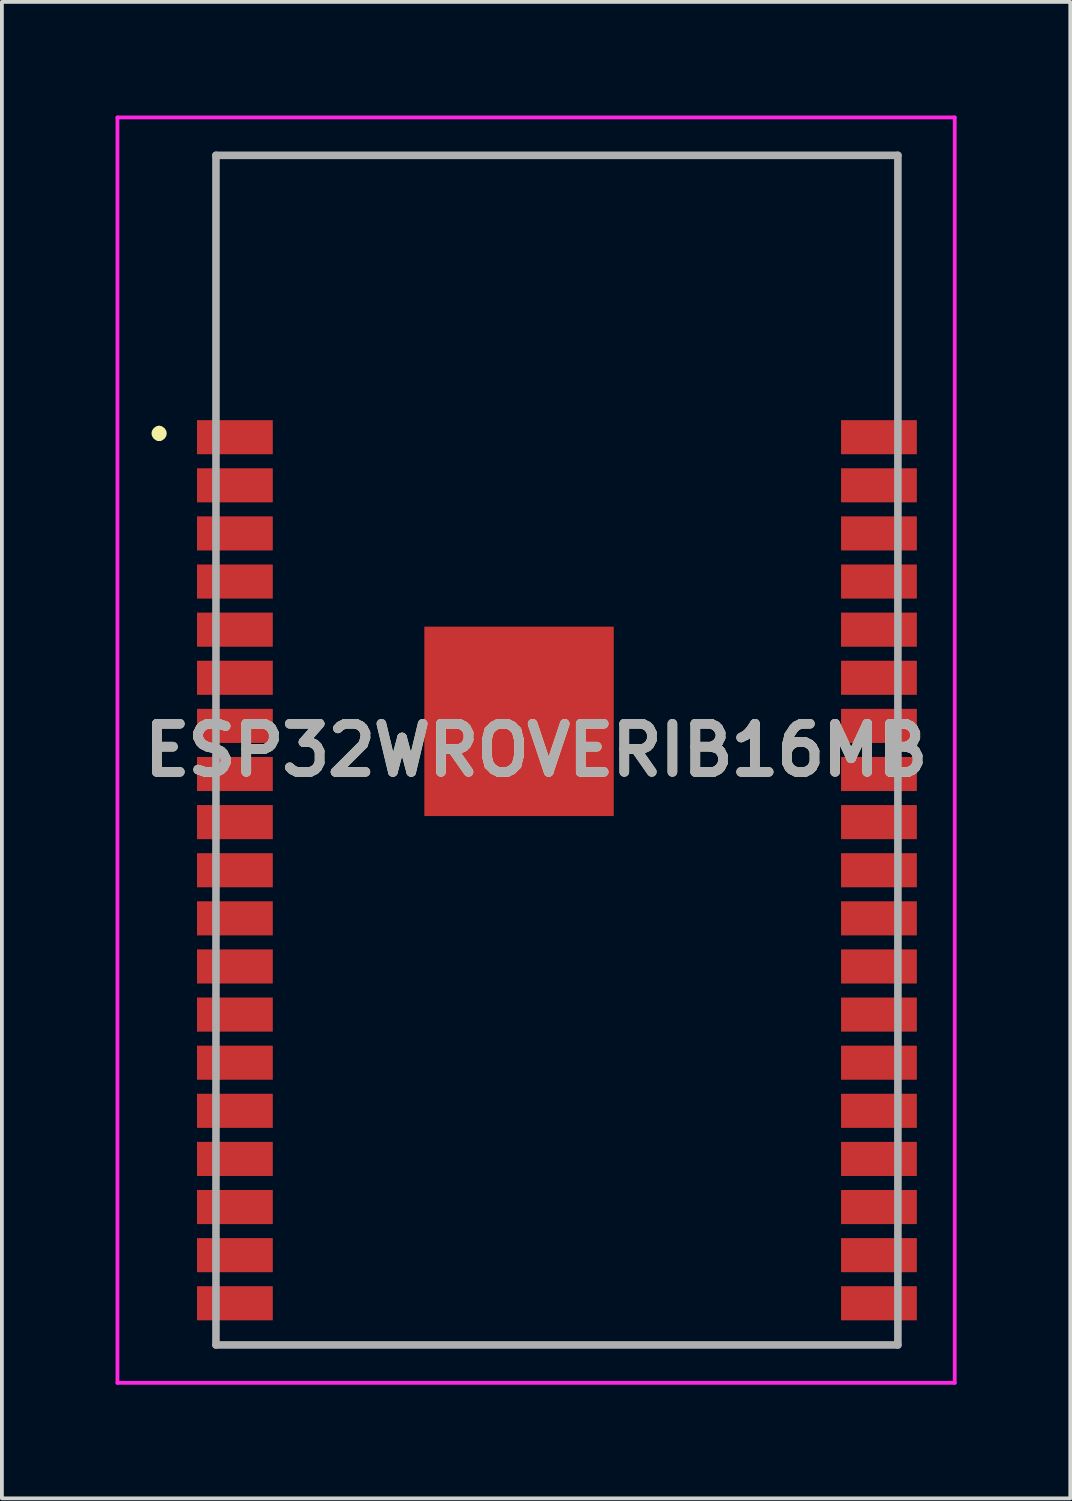
<source format=kicad_pcb>
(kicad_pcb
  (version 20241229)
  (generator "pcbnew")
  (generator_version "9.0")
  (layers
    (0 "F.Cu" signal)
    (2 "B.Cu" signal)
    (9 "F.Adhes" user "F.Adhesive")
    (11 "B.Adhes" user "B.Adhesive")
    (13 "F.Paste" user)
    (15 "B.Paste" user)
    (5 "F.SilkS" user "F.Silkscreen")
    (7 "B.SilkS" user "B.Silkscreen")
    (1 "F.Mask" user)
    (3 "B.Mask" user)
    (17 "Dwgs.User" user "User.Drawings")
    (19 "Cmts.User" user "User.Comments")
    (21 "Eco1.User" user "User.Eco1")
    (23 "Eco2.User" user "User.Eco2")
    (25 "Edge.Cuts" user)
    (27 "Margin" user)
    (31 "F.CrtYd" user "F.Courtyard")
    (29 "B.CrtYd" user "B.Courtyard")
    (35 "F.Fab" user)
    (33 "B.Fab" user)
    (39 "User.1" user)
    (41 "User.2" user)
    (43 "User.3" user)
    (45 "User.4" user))
  (footprint "ESP32WROVERIB16MB"
    (layer "F.Cu")
    (at 11.65 19.92)
    (property "Reference" "ESP32WROVERIB16MB" (at -0.55 -3.17 0) (layer "F.SilkS") (effects (font (size 1.27 1.27) (thickness 0.254))))
    (attr smd)
    (fp_line (start -10.5 -11.63) (end -10.5 -11.63) (stroke (width 0.2) (type solid)) (layer "F.SilkS"))
    (fp_line (start -10.5 -11.43) (end -10.5 -11.43) (stroke (width 0.2) (type solid)) (layer "F.SilkS"))
    (fp_line (start -9 -18.87) (end 9 -18.87) (stroke (width 0.1) (type solid)) (layer "F.SilkS"))
    (fp_line (start -9 -12.5) (end -9 -18.87) (stroke (width 0.1) (type solid)) (layer "F.SilkS"))
    (fp_line (start -9 12.53) (end 9 12.53) (stroke (width 0.1) (type solid)) (layer "F.SilkS"))
    (fp_line (start 9 -18.87) (end 9 -12.5) (stroke (width 0.1) (type solid)) (layer "F.SilkS"))
    (fp_arc (start -10.5 -11.63) (mid -10.4 -11.53) (end -10.5 -11.43) (stroke (width 0.2) (type solid)) (layer "F.SilkS"))
    (fp_arc (start -10.5 -11.43) (mid -10.6 -11.53) (end -10.5 -11.63) (stroke (width 0.2) (type solid)) (layer "F.SilkS"))
    (fp_line (start -11.6 -19.87) (end 10.5 -19.87) (stroke (width 0.1) (type solid)) (layer "F.CrtYd"))
    (fp_line (start -11.6 13.53) (end -11.6 -19.87) (stroke (width 0.1) (type solid)) (layer "F.CrtYd"))
    (fp_line (start 10.5 -19.87) (end 10.5 13.53) (stroke (width 0.1) (type solid)) (layer "F.CrtYd"))
    (fp_line (start 10.5 13.53) (end -11.6 13.53) (stroke (width 0.1) (type solid)) (layer "F.CrtYd"))
    (fp_line (start -9 -18.87) (end 9 -18.87) (stroke (width 0.2) (type solid)) (layer "F.Fab"))
    (fp_line (start -9 12.53) (end -9 -18.87) (stroke (width 0.2) (type solid)) (layer "F.Fab"))
    (fp_line (start 9 -18.87) (end 9 12.53) (stroke (width 0.2) (type solid)) (layer "F.Fab"))
    (fp_line (start 9 12.53) (end -9 12.53) (stroke (width 0.2) (type solid)) (layer "F.Fab"))
    (fp_text user "${REFERENCE}" (at -0.55 -3.17 0) (layer "F.Fab") (effects (font (size 1.27 1.27) (thickness 0.254))))
    (pad "1" smd rect (at -8.5 -11.43 90) (size 0.9 2) (layers "F.Cu" "F.Mask" "F.Paste"))
    (pad "2" smd rect (at -8.5 -10.16 90) (size 0.9 2) (layers "F.Cu" "F.Mask" "F.Paste"))
    (pad "3" smd rect (at -8.5 -8.89 90) (size 0.9 2) (layers "F.Cu" "F.Mask" "F.Paste"))
    (pad "4" smd rect (at -8.5 -7.62 90) (size 0.9 2) (layers "F.Cu" "F.Mask" "F.Paste"))
    (pad "5" smd rect (at -8.5 -6.35 90) (size 0.9 2) (layers "F.Cu" "F.Mask" "F.Paste"))
    (pad "6" smd rect (at -8.5 -5.08 90) (size 0.9 2) (layers "F.Cu" "F.Mask" "F.Paste"))
    (pad "7" smd rect (at -8.5 -3.81 90) (size 0.9 2) (layers "F.Cu" "F.Mask" "F.Paste"))
    (pad "8" smd rect (at -8.5 -2.54 90) (size 0.9 2) (layers "F.Cu" "F.Mask" "F.Paste"))
    (pad "9" smd rect (at -8.5 -1.27 90) (size 0.9 2) (layers "F.Cu" "F.Mask" "F.Paste"))
    (pad "10" smd rect (at -8.5 0 90) (size 0.9 2) (layers "F.Cu" "F.Mask" "F.Paste"))
    (pad "11" smd rect (at -8.5 1.27 90) (size 0.9 2) (layers "F.Cu" "F.Mask" "F.Paste"))
    (pad "12" smd rect (at -8.5 2.54 90) (size 0.9 2) (layers "F.Cu" "F.Mask" "F.Paste"))
    (pad "13" smd rect (at -8.5 3.81 90) (size 0.9 2) (layers "F.Cu" "F.Mask" "F.Paste"))
    (pad "14" smd rect (at -8.5 5.08 90) (size 0.9 2) (layers "F.Cu" "F.Mask" "F.Paste"))
    (pad "15" smd rect (at -8.5 6.35 90) (size 0.9 2) (layers "F.Cu" "F.Mask" "F.Paste"))
    (pad "16" smd rect (at -8.5 7.62 90) (size 0.9 2) (layers "F.Cu" "F.Mask" "F.Paste"))
    (pad "17" smd rect (at -8.5 8.89 90) (size 0.9 2) (layers "F.Cu" "F.Mask" "F.Paste"))
    (pad "18" smd rect (at -8.5 10.16 90) (size 0.9 2) (layers "F.Cu" "F.Mask" "F.Paste"))
    (pad "19" smd rect (at -8.5 11.43 90) (size 0.9 2) (layers "F.Cu" "F.Mask" "F.Paste"))
    (pad "20" smd rect (at 8.5 11.43 90) (size 0.9 2) (layers "F.Cu" "F.Mask" "F.Paste"))
    (pad "21" smd rect (at 8.5 10.16 90) (size 0.9 2) (layers "F.Cu" "F.Mask" "F.Paste"))
    (pad "22" smd rect (at 8.5 8.89 90) (size 0.9 2) (layers "F.Cu" "F.Mask" "F.Paste"))
    (pad "23" smd rect (at 8.5 7.62 90) (size 0.9 2) (layers "F.Cu" "F.Mask" "F.Paste"))
    (pad "24" smd rect (at 8.5 6.35 90) (size 0.9 2) (layers "F.Cu" "F.Mask" "F.Paste"))
    (pad "25" smd rect (at 8.5 5.08 90) (size 0.9 2) (layers "F.Cu" "F.Mask" "F.Paste"))
    (pad "26" smd rect (at 8.5 3.81 90) (size 0.9 2) (layers "F.Cu" "F.Mask" "F.Paste"))
    (pad "27" smd rect (at 8.5 2.54 90) (size 0.9 2) (layers "F.Cu" "F.Mask" "F.Paste"))
    (pad "28" smd rect (at 8.5 1.27 90) (size 0.9 2) (layers "F.Cu" "F.Mask" "F.Paste"))
    (pad "29" smd rect (at 8.5 0 90) (size 0.9 2) (layers "F.Cu" "F.Mask" "F.Paste"))
    (pad "30" smd rect (at 8.5 -1.27 90) (size 0.9 2) (layers "F.Cu" "F.Mask" "F.Paste"))
    (pad "31" smd rect (at 8.5 -2.54 90) (size 0.9 2) (layers "F.Cu" "F.Mask" "F.Paste"))
    (pad "32" smd rect (at 8.5 -3.81 90) (size 0.9 2) (layers "F.Cu" "F.Mask" "F.Paste"))
    (pad "33" smd rect (at 8.5 -5.08 90) (size 0.9 2) (layers "F.Cu" "F.Mask" "F.Paste"))
    (pad "34" smd rect (at 8.5 -6.35 90) (size 0.9 2) (layers "F.Cu" "F.Mask" "F.Paste"))
    (pad "35" smd rect (at 8.5 -7.62 90) (size 0.9 2) (layers "F.Cu" "F.Mask" "F.Paste"))
    (pad "36" smd rect (at 8.5 -8.89 90) (size 0.9 2) (layers "F.Cu" "F.Mask" "F.Paste"))
    (pad "37" smd rect (at 8.5 -10.16 90) (size 0.9 2) (layers "F.Cu" "F.Mask" "F.Paste"))
    (pad "38" smd rect (at 8.5 -11.43 90) (size 0.9 2) (layers "F.Cu" "F.Mask" "F.Paste"))
    (pad "39" smd rect (at -1 -3.93 90) (size 5 5) (layers "F.Cu" "F.Mask" "F.Paste")))
  (gr_rect
    (start -3 -3)
    (end 25.2 36.5)
    (stroke (width 0.1) (type default))
    (fill no)
    (layer "Edge.Cuts")))
</source>
